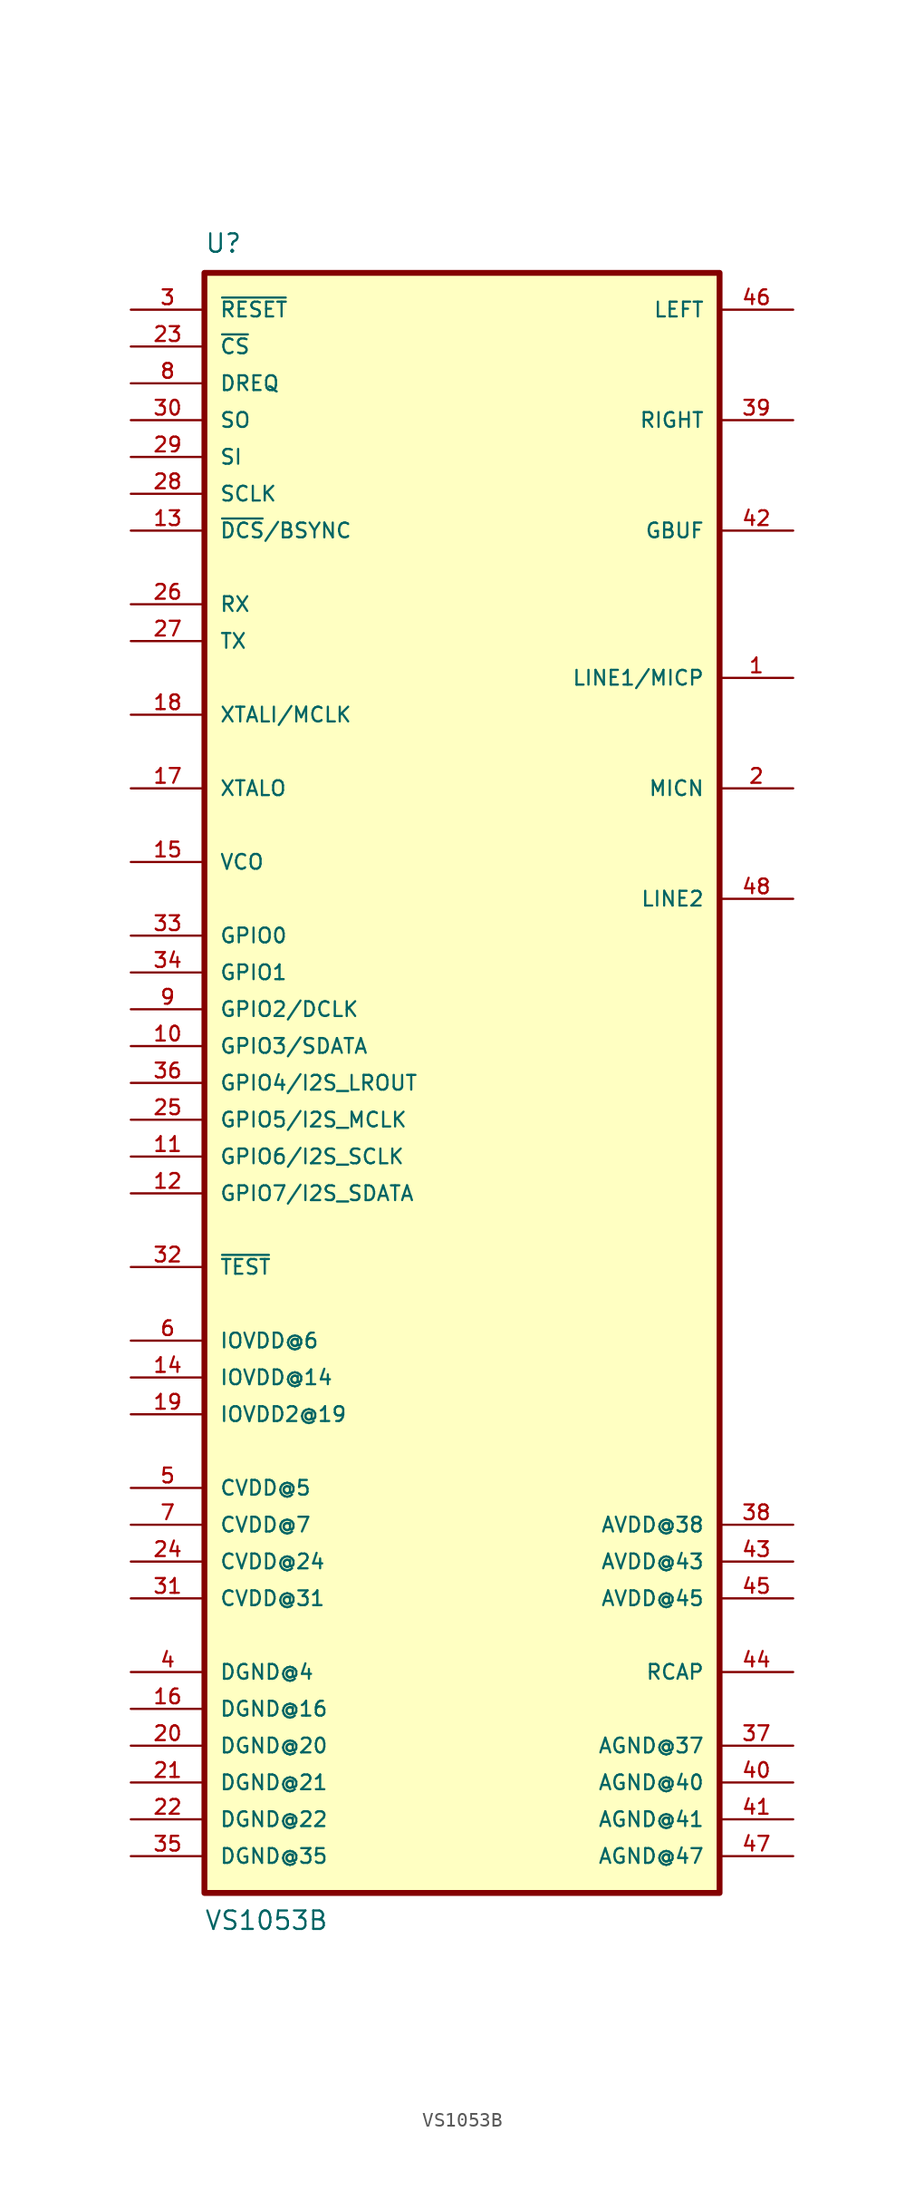
<source format=kicad_sym>
(kicad_symbol_lib
  (version 20211014)
  (generator kicad_symbol_editor)
  (symbol "VS1053B"
    (pin_names
      (offset 1.016))
    (property "Reference" "U"
      (at -17.78 57.175 0)
      (effects (font (size 1.27 1.27)) (justify left bottom)))
    (property "Value" "VS1053B"
      (at -17.805 -58.522 0)
      (effects (font (size 1.27 1.27)) (justify left bottom)))
    (property "ki_locked" ""
      (at 0 0 0)
      (effects (font (size 1.27 1.27))))
    (symbol "VS1053B_0_0"
      (rectangle (start -17.78 -55.88) (end 17.78 55.88) (stroke (width 0.406) (type default) (color 0 0 0 0)) (fill (type background)))
      (pin input line (at 22.86 27.94 180) (length 5.08) (name "LINE1/MICP" (effects (font (size 1.016 1.016)))) (number "1" (effects (font (size 1.016 1.016)))))
      (pin bidirectional line (at -22.86 2.54 0) (length 5.08) (name "GPIO3/SDATA" (effects (font (size 1.016 1.016)))) (number "10" (effects (font (size 1.016 1.016)))))
      (pin bidirectional line (at -22.86 -5.08 0) (length 5.08) (name "GPIO6/I2S_SCLK" (effects (font (size 1.016 1.016)))) (number "11" (effects (font (size 1.016 1.016)))))
      (pin bidirectional line (at -22.86 -7.62 0) (length 5.08) (name "GPIO7/I2S_SDATA" (effects (font (size 1.016 1.016)))) (number "12" (effects (font (size 1.016 1.016)))))
      (pin input line (at -22.86 38.1 0) (length 5.08) (name "~{DCS}/BSYNC" (effects (font (size 1.016 1.016)))) (number "13" (effects (font (size 1.016 1.016)))))
      (pin power_in line (at -22.86 -20.32 0) (length 5.08) (name "IOVDD@14" (effects (font (size 1.016 1.016)))) (number "14" (effects (font (size 1.016 1.016)))))
      (pin output line (at -22.86 15.24 0) (length 5.08) (name "VCO" (effects (font (size 1.016 1.016)))) (number "15" (effects (font (size 1.016 1.016)))))
      (pin power_in line (at -22.86 -43.18 0) (length 5.08) (name "DGND@16" (effects (font (size 1.016 1.016)))) (number "16" (effects (font (size 1.016 1.016)))))
      (pin output line (at -22.86 20.32 0) (length 5.08) (name "XTALO" (effects (font (size 1.016 1.016)))) (number "17" (effects (font (size 1.016 1.016)))))
      (pin input line (at -22.86 25.4 0) (length 5.08) (name "XTALI/MCLK" (effects (font (size 1.016 1.016)))) (number "18" (effects (font (size 1.016 1.016)))))
      (pin power_in line (at -22.86 -22.86 0) (length 5.08) (name "IOVDD2@19" (effects (font (size 1.016 1.016)))) (number "19" (effects (font (size 1.016 1.016)))))
      (pin input line (at 22.86 20.32 180) (length 5.08) (name "MICN" (effects (font (size 1.016 1.016)))) (number "2" (effects (font (size 1.016 1.016)))))
      (pin power_in line (at -22.86 -45.72 0) (length 5.08) (name "DGND@20" (effects (font (size 1.016 1.016)))) (number "20" (effects (font (size 1.016 1.016)))))
      (pin power_in line (at -22.86 -48.26 0) (length 5.08) (name "DGND@21" (effects (font (size 1.016 1.016)))) (number "21" (effects (font (size 1.016 1.016)))))
      (pin power_in line (at -22.86 -50.8 0) (length 5.08) (name "DGND@22" (effects (font (size 1.016 1.016)))) (number "22" (effects (font (size 1.016 1.016)))))
      (pin input line (at -22.86 50.8 0) (length 5.08) (name "~{CS}" (effects (font (size 1.016 1.016)))) (number "23" (effects (font (size 1.016 1.016)))))
      (pin power_in line (at -22.86 -33.02 0) (length 5.08) (name "CVDD@24" (effects (font (size 1.016 1.016)))) (number "24" (effects (font (size 1.016 1.016)))))
      (pin bidirectional line (at -22.86 -2.54 0) (length 5.08) (name "GPIO5/I2S_MCLK" (effects (font (size 1.016 1.016)))) (number "25" (effects (font (size 1.016 1.016)))))
      (pin input line (at -22.86 33.02 0) (length 5.08) (name "RX" (effects (font (size 1.016 1.016)))) (number "26" (effects (font (size 1.016 1.016)))))
      (pin output line (at -22.86 30.48 0) (length 5.08) (name "TX" (effects (font (size 1.016 1.016)))) (number "27" (effects (font (size 1.016 1.016)))))
      (pin input line (at -22.86 40.64 0) (length 5.08) (name "SCLK" (effects (font (size 1.016 1.016)))) (number "28" (effects (font (size 1.016 1.016)))))
      (pin input line (at -22.86 43.18 0) (length 5.08) (name "SI" (effects (font (size 1.016 1.016)))) (number "29" (effects (font (size 1.016 1.016)))))
      (pin input line (at -22.86 53.34 0) (length 5.08) (name "~{RESET}" (effects (font (size 1.016 1.016)))) (number "3" (effects (font (size 1.016 1.016)))))
      (pin bidirectional line (at -22.86 45.72 0) (length 5.08) (name "SO" (effects (font (size 1.016 1.016)))) (number "30" (effects (font (size 1.016 1.016)))))
      (pin power_in line (at -22.86 -35.56 0) (length 5.08) (name "CVDD@31" (effects (font (size 1.016 1.016)))) (number "31" (effects (font (size 1.016 1.016)))))
      (pin input line (at -22.86 -12.7 0) (length 5.08) (name "~{TEST}" (effects (font (size 1.016 1.016)))) (number "32" (effects (font (size 1.016 1.016)))))
      (pin bidirectional line (at -22.86 10.16 0) (length 5.08) (name "GPIO0" (effects (font (size 1.016 1.016)))) (number "33" (effects (font (size 1.016 1.016)))))
      (pin bidirectional line (at -22.86 7.62 0) (length 5.08) (name "GPIO1" (effects (font (size 1.016 1.016)))) (number "34" (effects (font (size 1.016 1.016)))))
      (pin power_in line (at -22.86 -53.34 0) (length 5.08) (name "DGND@35" (effects (font (size 1.016 1.016)))) (number "35" (effects (font (size 1.016 1.016)))))
      (pin bidirectional line (at -22.86 0 0) (length 5.08) (name "GPIO4/I2S_LROUT" (effects (font (size 1.016 1.016)))) (number "36" (effects (font (size 1.016 1.016)))))
      (pin power_in line (at 22.86 -45.72 180) (length 5.08) (name "AGND@37" (effects (font (size 1.016 1.016)))) (number "37" (effects (font (size 1.016 1.016)))))
      (pin power_in line (at 22.86 -30.48 180) (length 5.08) (name "AVDD@38" (effects (font (size 1.016 1.016)))) (number "38" (effects (font (size 1.016 1.016)))))
      (pin output line (at 22.86 45.72 180) (length 5.08) (name "RIGHT" (effects (font (size 1.016 1.016)))) (number "39" (effects (font (size 1.016 1.016)))))
      (pin power_in line (at -22.86 -40.64 0) (length 5.08) (name "DGND@4" (effects (font (size 1.016 1.016)))) (number "4" (effects (font (size 1.016 1.016)))))
      (pin power_in line (at 22.86 -48.26 180) (length 5.08) (name "AGND@40" (effects (font (size 1.016 1.016)))) (number "40" (effects (font (size 1.016 1.016)))))
      (pin power_in line (at 22.86 -50.8 180) (length 5.08) (name "AGND@41" (effects (font (size 1.016 1.016)))) (number "41" (effects (font (size 1.016 1.016)))))
      (pin output line (at 22.86 38.1 180) (length 5.08) (name "GBUF" (effects (font (size 1.016 1.016)))) (number "42" (effects (font (size 1.016 1.016)))))
      (pin power_in line (at 22.86 -33.02 180) (length 5.08) (name "AVDD@43" (effects (font (size 1.016 1.016)))) (number "43" (effects (font (size 1.016 1.016)))))
      (pin input line (at 22.86 -40.64 180) (length 5.08) (name "RCAP" (effects (font (size 1.016 1.016)))) (number "44" (effects (font (size 1.016 1.016)))))
      (pin power_in line (at 22.86 -35.56 180) (length 5.08) (name "AVDD@45" (effects (font (size 1.016 1.016)))) (number "45" (effects (font (size 1.016 1.016)))))
      (pin output line (at 22.86 53.34 180) (length 5.08) (name "LEFT" (effects (font (size 1.016 1.016)))) (number "46" (effects (font (size 1.016 1.016)))))
      (pin power_in line (at 22.86 -53.34 180) (length 5.08) (name "AGND@47" (effects (font (size 1.016 1.016)))) (number "47" (effects (font (size 1.016 1.016)))))
      (pin input line (at 22.86 12.7 180) (length 5.08) (name "LINE2" (effects (font (size 1.016 1.016)))) (number "48" (effects (font (size 1.016 1.016)))))
      (pin power_in line (at -22.86 -27.94 0) (length 5.08) (name "CVDD@5" (effects (font (size 1.016 1.016)))) (number "5" (effects (font (size 1.016 1.016)))))
      (pin power_in line (at -22.86 -17.78 0) (length 5.08) (name "IOVDD@6" (effects (font (size 1.016 1.016)))) (number "6" (effects (font (size 1.016 1.016)))))
      (pin power_in line (at -22.86 -30.48 0) (length 5.08) (name "CVDD@7" (effects (font (size 1.016 1.016)))) (number "7" (effects (font (size 1.016 1.016)))))
      (pin bidirectional line (at -22.86 48.26 0) (length 5.08) (name "DREQ" (effects (font (size 1.016 1.016)))) (number "8" (effects (font (size 1.016 1.016)))))
      (pin bidirectional line (at -22.86 5.08 0) (length 5.08) (name "GPIO2/DCLK" (effects (font (size 1.016 1.016)))) (number "9" (effects (font (size 1.016 1.016))))))))
</source>
